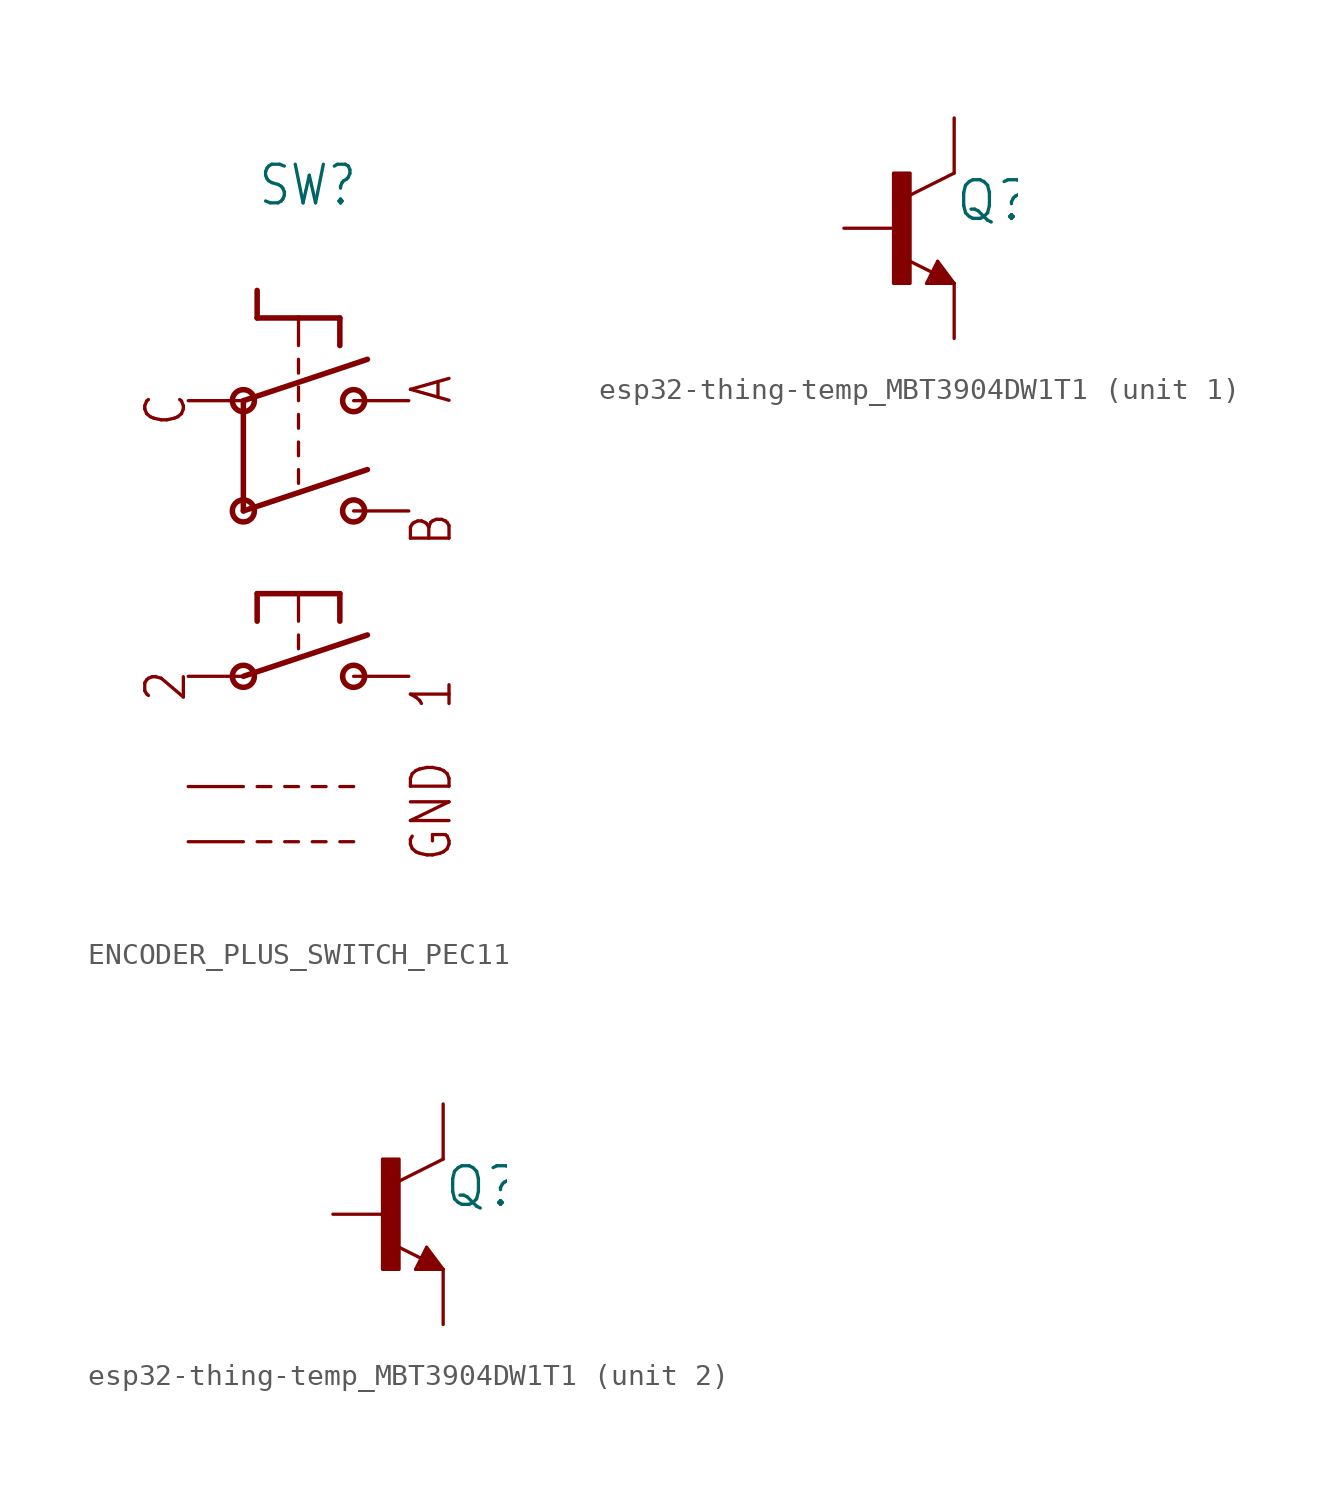
<source format=kicad_sym>
(kicad_symbol_lib
  (version 20241209)
  (generator "kicad_symbol_editor")
  (generator_version "9.0")
  (symbol "ENCODER_PLUS_SWITCH_PEC11"
    (property "Reference" "SW"
      (at -1.905 13.97 0)
      (effects (font (size 1.778 1.511)) (justify left bottom)))
    (property "Value" ""
      (at -1.905 11.43 0)
      (effects (font (size 1.778 1.511)) (justify left bottom)))
    (property "ki_locked" ""
      (at 0 0 0)
      (effects (font (size 1.27 1.27))))
    (symbol "ENCODER_PLUS_SWITCH_PEC11_1_0"
      (circle (center -2.54 5.08) (radius 0.508) (stroke (width 0.254) (type solid)) (fill (type none)))
      (polyline (pts (xy -2.54 5.08) (xy 3.175 6.985)) (stroke (width 0.254) (type solid)) (fill (type none)))
      (circle (center -2.54 0) (radius 0.508) (stroke (width 0.254) (type solid)) (fill (type none)))
      (polyline (pts (xy -2.54 0) (xy -2.54 5.08)) (stroke (width 0.254) (type solid)) (fill (type none)))
      (polyline (pts (xy -2.54 0) (xy 3.175 1.905)) (stroke (width 0.254) (type solid)) (fill (type none)))
      (circle (center -2.54 -7.62) (radius 0.508) (stroke (width 0.254) (type solid)) (fill (type none)))
      (polyline (pts (xy -2.54 -7.62) (xy 3.175 -5.715)) (stroke (width 0.254) (type solid)) (fill (type none)))
      (polyline (pts (xy -1.905 8.89) (xy -1.905 10.16)) (stroke (width 0.254) (type solid)) (fill (type none)))
      (polyline (pts (xy -1.905 -3.81) (xy -1.905 -5.08)) (stroke (width 0.254) (type solid)) (fill (type none)))
      (polyline (pts (xy -1.905 -12.7) (xy -1.27 -12.7)) (stroke (width 0.152) (type solid)) (fill (type none)))
      (polyline (pts (xy -1.905 -15.24) (xy -1.27 -15.24)) (stroke (width 0.152) (type solid)) (fill (type none)))
      (polyline (pts (xy -0.635 -12.7) (xy 0 -12.7)) (stroke (width 0.152) (type solid)) (fill (type none)))
      (polyline (pts (xy -0.635 -15.24) (xy 0 -15.24)) (stroke (width 0.152) (type solid)) (fill (type none)))
      (polyline (pts (xy 0 8.89) (xy -1.905 8.89)) (stroke (width 0.254) (type solid)) (fill (type none)))
      (polyline (pts (xy 0 8.89) (xy 0 7.62)) (stroke (width 0.152) (type solid)) (fill (type none)))
      (polyline (pts (xy 0 6.35) (xy 0 6.985)) (stroke (width 0.152) (type solid)) (fill (type none)))
      (polyline (pts (xy 0 5.08) (xy 0 5.715)) (stroke (width 0.152) (type solid)) (fill (type none)))
      (polyline (pts (xy 0 3.81) (xy 0 4.445)) (stroke (width 0.152) (type solid)) (fill (type none)))
      (polyline (pts (xy 0 3.175) (xy 0 2.54)) (stroke (width 0.152) (type solid)) (fill (type none)))
      (polyline (pts (xy 0 1.27) (xy 0 1.905)) (stroke (width 0.152) (type solid)) (fill (type none)))
      (polyline (pts (xy 0 -3.81) (xy -1.905 -3.81)) (stroke (width 0.254) (type solid)) (fill (type none)))
      (polyline (pts (xy 0 -3.81) (xy 0 -5.08)) (stroke (width 0.152) (type solid)) (fill (type none)))
      (polyline (pts (xy 0 -5.715) (xy 0 -6.35)) (stroke (width 0.152) (type solid)) (fill (type none)))
      (polyline (pts (xy 0.635 -12.7) (xy 1.27 -12.7)) (stroke (width 0.152) (type solid)) (fill (type none)))
      (polyline (pts (xy 0.635 -15.24) (xy 1.27 -15.24)) (stroke (width 0.152) (type solid)) (fill (type none)))
      (polyline (pts (xy 1.905 8.89) (xy 0 8.89)) (stroke (width 0.254) (type solid)) (fill (type none)))
      (polyline (pts (xy 1.905 8.89) (xy 1.905 7.62)) (stroke (width 0.254) (type solid)) (fill (type none)))
      (polyline (pts (xy 1.905 -3.81) (xy 0 -3.81)) (stroke (width 0.254) (type solid)) (fill (type none)))
      (polyline (pts (xy 1.905 -3.81) (xy 1.905 -5.08)) (stroke (width 0.254) (type solid)) (fill (type none)))
      (polyline (pts (xy 1.905 -12.7) (xy 2.54 -12.7)) (stroke (width 0.152) (type solid)) (fill (type none)))
      (polyline (pts (xy 1.905 -15.24) (xy 2.54 -15.24)) (stroke (width 0.152) (type solid)) (fill (type none)))
      (circle (center 2.54 5.08) (radius 0.508) (stroke (width 0.254) (type solid)) (fill (type none)))
      (circle (center 2.54 0) (radius 0.508) (stroke (width 0.254) (type solid)) (fill (type none)))
      (circle (center 2.54 -7.62) (radius 0.508) (stroke (width 0.254) (type solid)) (fill (type none)))
      (text "C" (at -5.08 3.81 900) (effects (font (size 1.778 1.511)) (justify left bottom)))
      (text "2" (at -5.08 -8.89 900) (effects (font (size 1.778 1.511)) (justify left bottom)))
      (text "A" (at 5.08 6.35 900) (effects (font (size 1.778 1.511)) (justify right top)))
      (text "B" (at 5.08 0 900) (effects (font (size 1.778 1.511)) (justify right top)))
      (text "1" (at 5.08 -7.62 900) (effects (font (size 1.778 1.511)) (justify right top)))
      (text "GND" (at 5.08 -11.43 900) (effects (font (size 1.778 1.511)) (justify right top)))
      (pin passive line (at -5.08 5.08 0) (length 2.54) (name "P$C" (effects (font (size 0 0)))) (number "P$C" (effects (font (size 0 0)))))
      (pin passive line (at -5.08 -7.62 0) (length 2.54) (name "P$2" (effects (font (size 0 0)))) (number "P$2" (effects (font (size 0 0)))))
      (pin passive line (at -5.08 -12.7 0) (length 2.54) (name "P$GND1" (effects (font (size 0 0)))) (number "P$GND1" (effects (font (size 0 0)))))
      (pin passive line (at -5.08 -15.24 0) (length 2.54) (name "P$GND2" (effects (font (size 0 0)))) (number "P$GND2" (effects (font (size 0 0)))))
      (pin passive line (at 5.08 5.08 180) (length 2.54) (name "P$A" (effects (font (size 0 0)))) (number "P$A" (effects (font (size 0 0)))))
      (pin passive line (at 5.08 0 180) (length 2.54) (name "P$B" (effects (font (size 0 0)))) (number "P$B" (effects (font (size 0 0)))))
      (pin passive line (at 5.08 -7.62 180) (length 2.54) (name "P$1" (effects (font (size 0 0)))) (number "P$1" (effects (font (size 0 0)))))))
  (symbol "esp32-thing-temp_MBT3904DW1T1"
    (property "Reference" "Q"
      (at 2.54 1.27 0)
      (effects (font (size 1.778 1.778)) (justify left)))
    (property "Value" ""
      (at 2.54 -1.27 0)
      (effects (font (size 1.778 1.778)) (justify left)))
    (property "ki_locked" ""
      (at 0 0 0)
      (effects (font (size 1.27 1.27))))
    (symbol "esp32-thing-temp_MBT3904DW1T1_1_0"
      (rectangle (start -0.254 -2.54) (end 0.508 2.54) (stroke (width 0) (type default)) (fill (type outline)))
      (polyline (pts (xy 1.27 -2.54) (xy 1.778 -1.524)) (stroke (width 0.152) (type solid)) (fill (type none)))
      (polyline (pts (xy 1.524 -2.286) (xy 1.905 -2.286)) (stroke (width 0.254) (type solid)) (fill (type none)))
      (polyline (pts (xy 1.524 -2.413) (xy 2.286 -2.413)) (stroke (width 0.254) (type solid)) (fill (type none)))
      (polyline (pts (xy 1.54 -2.04) (xy 0.308 -1.424)) (stroke (width 0.152) (type solid)) (fill (type none)))
      (polyline (pts (xy 1.778 -1.524) (xy 2.54 -2.54)) (stroke (width 0.152) (type solid)) (fill (type none)))
      (polyline (pts (xy 1.778 -1.778) (xy 1.524 -2.286)) (stroke (width 0.254) (type solid)) (fill (type none)))
      (polyline (pts (xy 1.905 -2.286) (xy 1.778 -2.032)) (stroke (width 0.254) (type solid)) (fill (type none)))
      (polyline (pts (xy 2.286 -2.413) (xy 1.778 -1.778)) (stroke (width 0.254) (type solid)) (fill (type none)))
      (polyline (pts (xy 2.54 2.54) (xy 0.508 1.524)) (stroke (width 0.152) (type solid)) (fill (type none)))
      (polyline (pts (xy 2.54 -2.54) (xy 1.27 -2.54)) (stroke (width 0.152) (type solid)) (fill (type none)))
      (pin passive line (at -2.54 0 0) (length 2.54) (name "B" (effects (font (size 0 0)))) (number "5" (effects (font (size 0 0)))))
      (pin passive line (at 2.54 5.08 270) (length 2.54) (name "C" (effects (font (size 0 0)))) (number "3" (effects (font (size 0 0)))))
      (pin passive line (at 2.54 -5.08 90) (length 2.54) (name "E" (effects (font (size 0 0)))) (number "4" (effects (font (size 0 0))))))
    (symbol "esp32-thing-temp_MBT3904DW1T1_2_0"
      (rectangle (start -0.254 -2.54) (end 0.508 2.54) (stroke (width 0) (type default)) (fill (type outline)))
      (polyline (pts (xy 1.27 -2.54) (xy 1.778 -1.524)) (stroke (width 0.152) (type solid)) (fill (type none)))
      (polyline (pts (xy 1.524 -2.286) (xy 1.905 -2.286)) (stroke (width 0.254) (type solid)) (fill (type none)))
      (polyline (pts (xy 1.524 -2.413) (xy 2.286 -2.413)) (stroke (width 0.254) (type solid)) (fill (type none)))
      (polyline (pts (xy 1.54 -2.04) (xy 0.308 -1.424)) (stroke (width 0.152) (type solid)) (fill (type none)))
      (polyline (pts (xy 1.778 -1.524) (xy 2.54 -2.54)) (stroke (width 0.152) (type solid)) (fill (type none)))
      (polyline (pts (xy 1.778 -1.778) (xy 1.524 -2.286)) (stroke (width 0.254) (type solid)) (fill (type none)))
      (polyline (pts (xy 1.905 -2.286) (xy 1.778 -2.032)) (stroke (width 0.254) (type solid)) (fill (type none)))
      (polyline (pts (xy 2.286 -2.413) (xy 1.778 -1.778)) (stroke (width 0.254) (type solid)) (fill (type none)))
      (polyline (pts (xy 2.54 2.54) (xy 0.508 1.524)) (stroke (width 0.152) (type solid)) (fill (type none)))
      (polyline (pts (xy 2.54 -2.54) (xy 1.27 -2.54)) (stroke (width 0.152) (type solid)) (fill (type none)))
      (pin passive line (at -2.54 0 0) (length 2.54) (name "B" (effects (font (size 0 0)))) (number "2" (effects (font (size 0 0)))))
      (pin passive line (at 2.54 5.08 270) (length 2.54) (name "C" (effects (font (size 0 0)))) (number "6" (effects (font (size 0 0)))))
      (pin passive line (at 2.54 -5.08 90) (length 2.54) (name "E" (effects (font (size 0 0)))) (number "1" (effects (font (size 0 0))))))))
</source>
